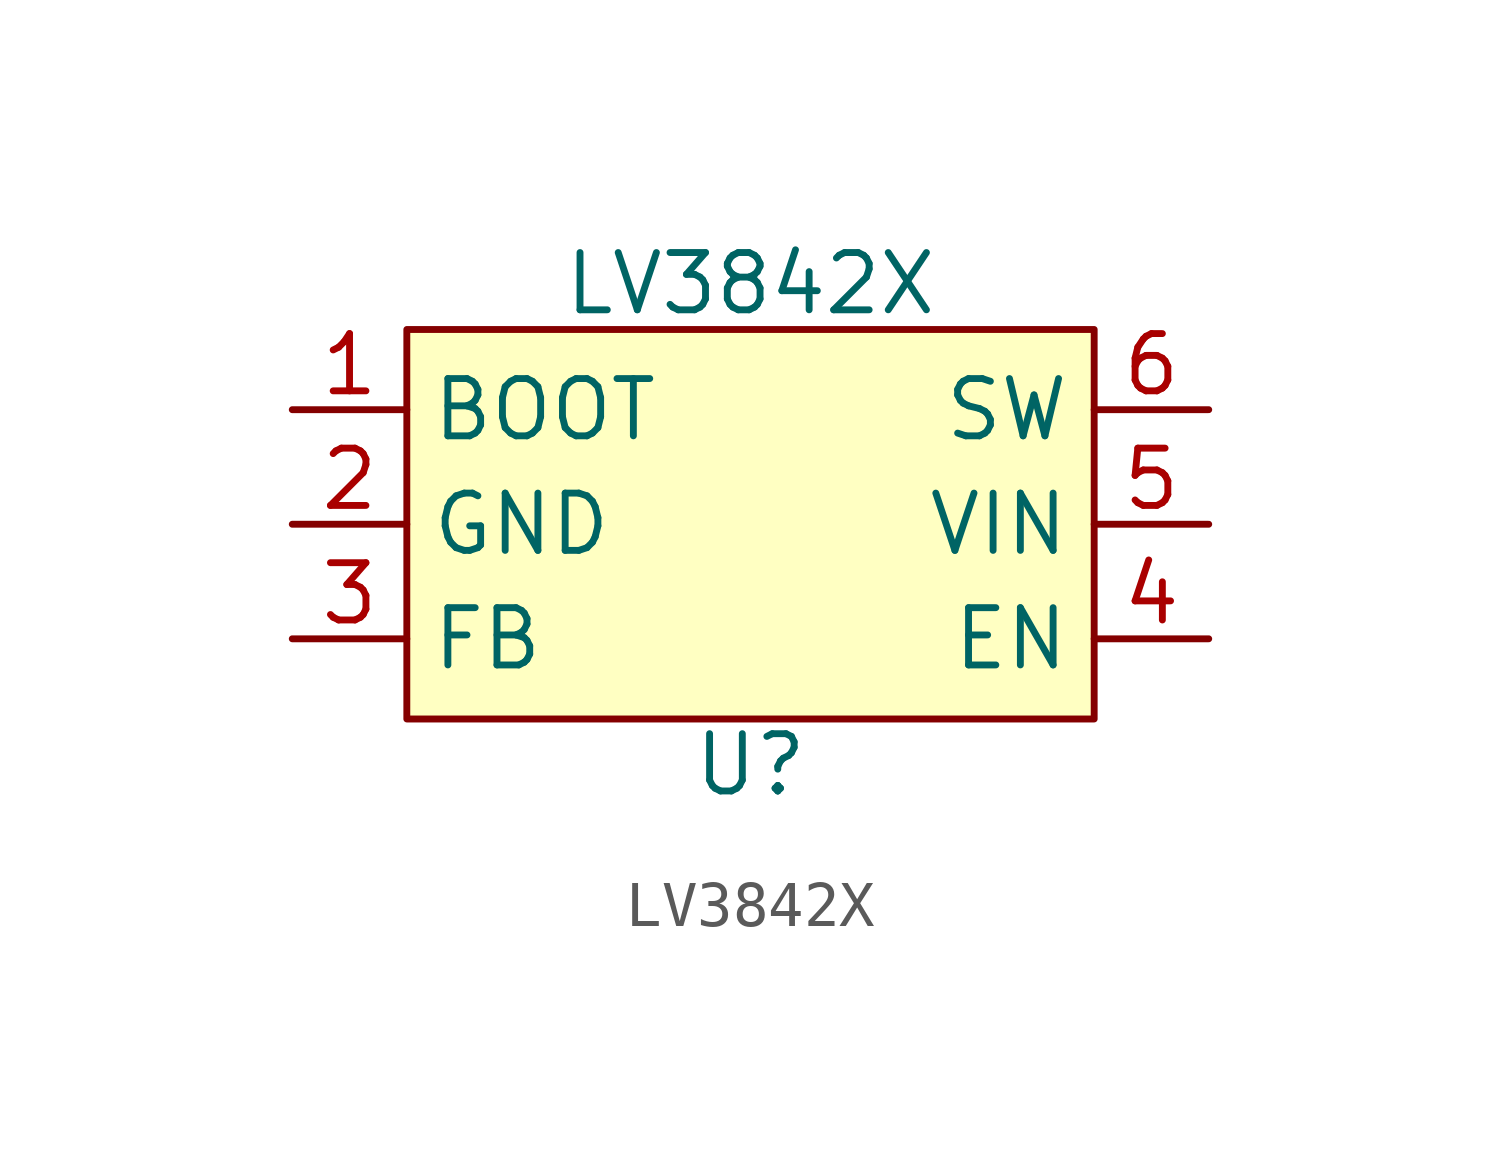
<source format=kicad_sym>
(kicad_symbol_lib
  (version 20241209)
  (generator "kicad_symbol_editor")
  (generator_version "9.0")
  (symbol "LV3842X"
    (property "Reference" "U"
      (at 0 -5.334 0)
      (effects (font (size 1.27 1.27))))
    (property "Value" "LV3842X"
      (at 0 5.334 0)
      (effects (font (size 1.27 1.27))))
    (symbol "LV3842X_1_1"
      (rectangle (start -7.62 4.318) (end 7.62 -4.318) (stroke (width 0) (type solid)) (fill (type color) (color 255 255 194 1)))
      (pin power_in line (at -10.16 2.54 0) (length 2.54) (name "BOOT" (effects (font (size 1.27 1.27)))) (number "1" (effects (font (size 1.27 1.27)))))
      (pin power_in line (at -10.16 0 0) (length 2.54) (name "GND" (effects (font (size 1.27 1.27)))) (number "2" (effects (font (size 1.27 1.27)))))
      (pin input line (at -10.16 -2.54 0) (length 2.54) (name "FB" (effects (font (size 1.27 1.27)))) (number "3" (effects (font (size 1.27 1.27)))))
      (pin power_out line (at 10.16 2.54 180) (length 2.54) (name "SW" (effects (font (size 1.27 1.27)))) (number "6" (effects (font (size 1.27 1.27)))))
      (pin power_in line (at 10.16 0 180) (length 2.54) (name "VIN" (effects (font (size 1.27 1.27)))) (number "5" (effects (font (size 1.27 1.27)))))
      (pin input line (at 10.16 -2.54 180) (length 2.54) (name "EN" (effects (font (size 1.27 1.27)))) (number "4" (effects (font (size 1.27 1.27))))))))
</source>
